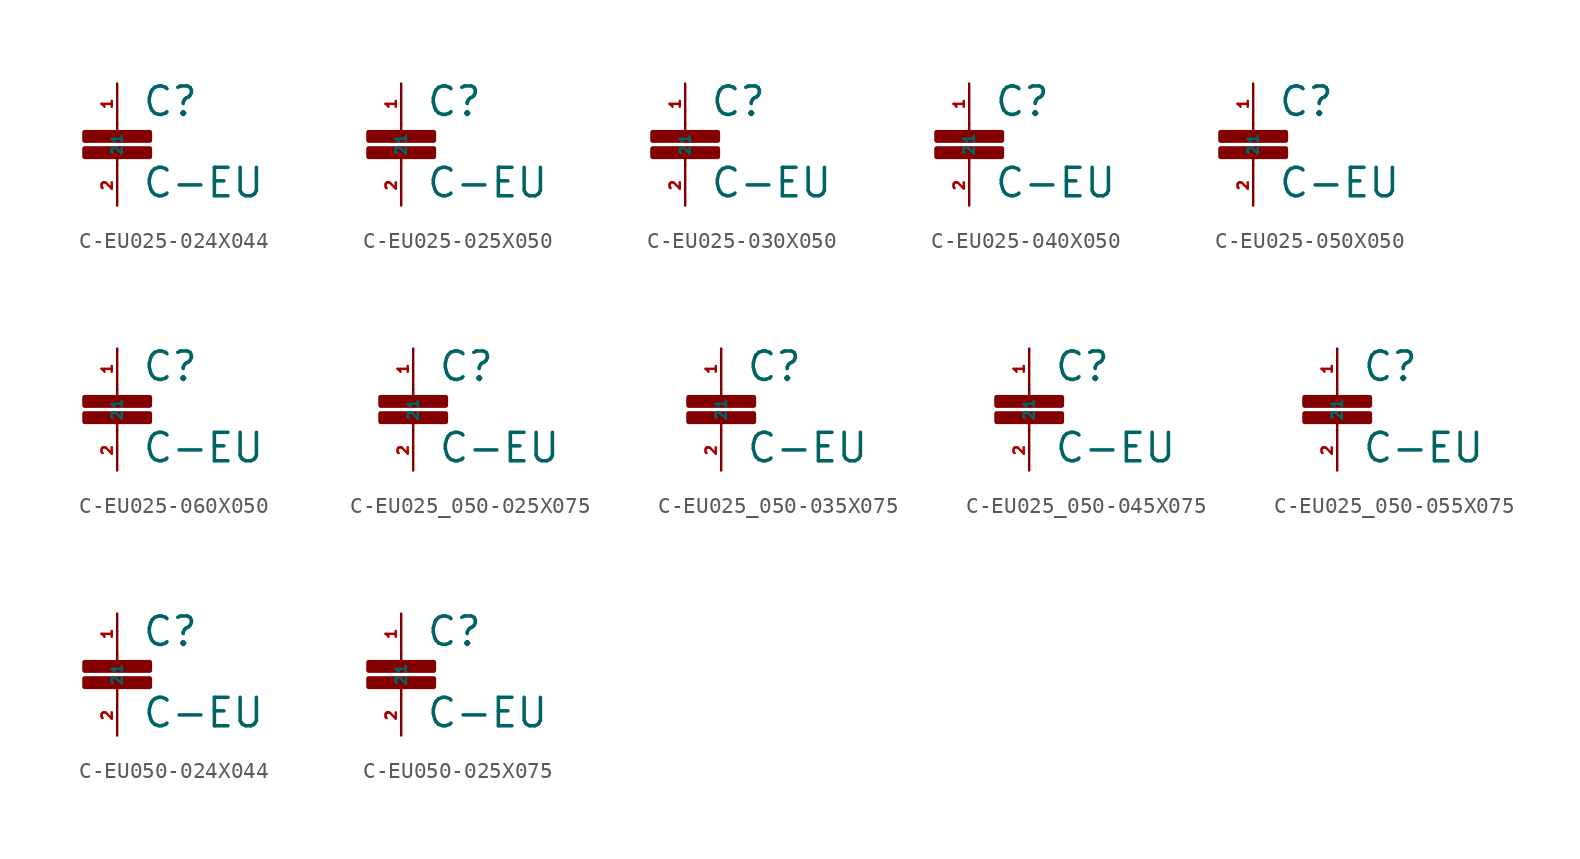
<source format=kicad_sym>
(kicad_symbol_lib
  (version 20220914)
  (generator Eagle2Kicad)
  (symbol "C-EU025-024X044"
    (property "Reference" "C"
      (at 1.524 0.381 0)
      (effects (font (size 1.778 1.778) (thickness 0.22)) (justify left bottom)))
    (property "Value" "C-EU"
      (at 1.524 -4.699 0)
      (effects (font (size 1.778 1.778) (thickness 0.22)) (justify left bottom)))
    (polyline
      (pts (xy 0 0) (xy 0 -0.508))
      (stroke (width 0.152) (type default))
      (fill (type none)))
    (polyline
      (pts (xy 0 -2.54) (xy 0 -2.032))
      (stroke (width 0.152) (type default))
      (fill (type none)))
    (rectangle
      (start -2.032 -2.032)
      (end 2.032 -1.524)
      (stroke (width 0.3) (type default))
      (fill (type outline)))
    (rectangle
      (start -2.032 -1.016)
      (end 2.032 -0.508)
      (stroke (width 0.3) (type default))
      (fill (type outline)))
    (pin passive line
      (at 0 2.54 270)
      (length 2.54)
      (name "1" (effects (font (size 0.635 0.635) (thickness 0.08)) (justify left bottom)))
      (number "1" (effects (font (size 0.635 0.635) (thickness 0.08)) (justify left bottom))))
    (pin passive line
      (at 0 -5.08 90)
      (length 2.54)
      (name "2" (effects (font (size 0.635 0.635) (thickness 0.08)) (justify left bottom)))
      (number "2" (effects (font (size 0.635 0.635) (thickness 0.08)) (justify left bottom)))))
  (symbol "C-EU025-025X050"
    (property "Reference" "C"
      (at 1.524 0.381 0)
      (effects (font (size 1.778 1.778) (thickness 0.22)) (justify left bottom)))
    (property "Value" "C-EU"
      (at 1.524 -4.699 0)
      (effects (font (size 1.778 1.778) (thickness 0.22)) (justify left bottom)))
    (polyline
      (pts (xy 0 0) (xy 0 -0.508))
      (stroke (width 0.152) (type default))
      (fill (type none)))
    (polyline
      (pts (xy 0 -2.54) (xy 0 -2.032))
      (stroke (width 0.152) (type default))
      (fill (type none)))
    (rectangle
      (start -2.032 -2.032)
      (end 2.032 -1.524)
      (stroke (width 0.3) (type default))
      (fill (type outline)))
    (rectangle
      (start -2.032 -1.016)
      (end 2.032 -0.508)
      (stroke (width 0.3) (type default))
      (fill (type outline)))
    (pin passive line
      (at 0 2.54 270)
      (length 2.54)
      (name "1" (effects (font (size 0.635 0.635) (thickness 0.08)) (justify left bottom)))
      (number "1" (effects (font (size 0.635 0.635) (thickness 0.08)) (justify left bottom))))
    (pin passive line
      (at 0 -5.08 90)
      (length 2.54)
      (name "2" (effects (font (size 0.635 0.635) (thickness 0.08)) (justify left bottom)))
      (number "2" (effects (font (size 0.635 0.635) (thickness 0.08)) (justify left bottom)))))
  (symbol "C-EU025-030X050"
    (property "Reference" "C"
      (at 1.524 0.381 0)
      (effects (font (size 1.778 1.778) (thickness 0.22)) (justify left bottom)))
    (property "Value" "C-EU"
      (at 1.524 -4.699 0)
      (effects (font (size 1.778 1.778) (thickness 0.22)) (justify left bottom)))
    (polyline
      (pts (xy 0 0) (xy 0 -0.508))
      (stroke (width 0.152) (type default))
      (fill (type none)))
    (polyline
      (pts (xy 0 -2.54) (xy 0 -2.032))
      (stroke (width 0.152) (type default))
      (fill (type none)))
    (rectangle
      (start -2.032 -2.032)
      (end 2.032 -1.524)
      (stroke (width 0.3) (type default))
      (fill (type outline)))
    (rectangle
      (start -2.032 -1.016)
      (end 2.032 -0.508)
      (stroke (width 0.3) (type default))
      (fill (type outline)))
    (pin passive line
      (at 0 2.54 270)
      (length 2.54)
      (name "1" (effects (font (size 0.635 0.635) (thickness 0.08)) (justify left bottom)))
      (number "1" (effects (font (size 0.635 0.635) (thickness 0.08)) (justify left bottom))))
    (pin passive line
      (at 0 -5.08 90)
      (length 2.54)
      (name "2" (effects (font (size 0.635 0.635) (thickness 0.08)) (justify left bottom)))
      (number "2" (effects (font (size 0.635 0.635) (thickness 0.08)) (justify left bottom)))))
  (symbol "C-EU025-040X050"
    (property "Reference" "C"
      (at 1.524 0.381 0)
      (effects (font (size 1.778 1.778) (thickness 0.22)) (justify left bottom)))
    (property "Value" "C-EU"
      (at 1.524 -4.699 0)
      (effects (font (size 1.778 1.778) (thickness 0.22)) (justify left bottom)))
    (polyline
      (pts (xy 0 0) (xy 0 -0.508))
      (stroke (width 0.152) (type default))
      (fill (type none)))
    (polyline
      (pts (xy 0 -2.54) (xy 0 -2.032))
      (stroke (width 0.152) (type default))
      (fill (type none)))
    (rectangle
      (start -2.032 -2.032)
      (end 2.032 -1.524)
      (stroke (width 0.3) (type default))
      (fill (type outline)))
    (rectangle
      (start -2.032 -1.016)
      (end 2.032 -0.508)
      (stroke (width 0.3) (type default))
      (fill (type outline)))
    (pin passive line
      (at 0 2.54 270)
      (length 2.54)
      (name "1" (effects (font (size 0.635 0.635) (thickness 0.08)) (justify left bottom)))
      (number "1" (effects (font (size 0.635 0.635) (thickness 0.08)) (justify left bottom))))
    (pin passive line
      (at 0 -5.08 90)
      (length 2.54)
      (name "2" (effects (font (size 0.635 0.635) (thickness 0.08)) (justify left bottom)))
      (number "2" (effects (font (size 0.635 0.635) (thickness 0.08)) (justify left bottom)))))
  (symbol "C-EU025-050X050"
    (property "Reference" "C"
      (at 1.524 0.381 0)
      (effects (font (size 1.778 1.778) (thickness 0.22)) (justify left bottom)))
    (property "Value" "C-EU"
      (at 1.524 -4.699 0)
      (effects (font (size 1.778 1.778) (thickness 0.22)) (justify left bottom)))
    (polyline
      (pts (xy 0 0) (xy 0 -0.508))
      (stroke (width 0.152) (type default))
      (fill (type none)))
    (polyline
      (pts (xy 0 -2.54) (xy 0 -2.032))
      (stroke (width 0.152) (type default))
      (fill (type none)))
    (rectangle
      (start -2.032 -2.032)
      (end 2.032 -1.524)
      (stroke (width 0.3) (type default))
      (fill (type outline)))
    (rectangle
      (start -2.032 -1.016)
      (end 2.032 -0.508)
      (stroke (width 0.3) (type default))
      (fill (type outline)))
    (pin passive line
      (at 0 2.54 270)
      (length 2.54)
      (name "1" (effects (font (size 0.635 0.635) (thickness 0.08)) (justify left bottom)))
      (number "1" (effects (font (size 0.635 0.635) (thickness 0.08)) (justify left bottom))))
    (pin passive line
      (at 0 -5.08 90)
      (length 2.54)
      (name "2" (effects (font (size 0.635 0.635) (thickness 0.08)) (justify left bottom)))
      (number "2" (effects (font (size 0.635 0.635) (thickness 0.08)) (justify left bottom)))))
  (symbol "C-EU025-060X050"
    (property "Reference" "C"
      (at 1.524 0.381 0)
      (effects (font (size 1.778 1.778) (thickness 0.22)) (justify left bottom)))
    (property "Value" "C-EU"
      (at 1.524 -4.699 0)
      (effects (font (size 1.778 1.778) (thickness 0.22)) (justify left bottom)))
    (polyline
      (pts (xy 0 0) (xy 0 -0.508))
      (stroke (width 0.152) (type default))
      (fill (type none)))
    (polyline
      (pts (xy 0 -2.54) (xy 0 -2.032))
      (stroke (width 0.152) (type default))
      (fill (type none)))
    (rectangle
      (start -2.032 -2.032)
      (end 2.032 -1.524)
      (stroke (width 0.3) (type default))
      (fill (type outline)))
    (rectangle
      (start -2.032 -1.016)
      (end 2.032 -0.508)
      (stroke (width 0.3) (type default))
      (fill (type outline)))
    (pin passive line
      (at 0 2.54 270)
      (length 2.54)
      (name "1" (effects (font (size 0.635 0.635) (thickness 0.08)) (justify left bottom)))
      (number "1" (effects (font (size 0.635 0.635) (thickness 0.08)) (justify left bottom))))
    (pin passive line
      (at 0 -5.08 90)
      (length 2.54)
      (name "2" (effects (font (size 0.635 0.635) (thickness 0.08)) (justify left bottom)))
      (number "2" (effects (font (size 0.635 0.635) (thickness 0.08)) (justify left bottom)))))
  (symbol "C-EU025_050-025X075"
    (property "Reference" "C"
      (at 1.524 0.381 0)
      (effects (font (size 1.778 1.778) (thickness 0.22)) (justify left bottom)))
    (property "Value" "C-EU"
      (at 1.524 -4.699 0)
      (effects (font (size 1.778 1.778) (thickness 0.22)) (justify left bottom)))
    (polyline
      (pts (xy 0 0) (xy 0 -0.508))
      (stroke (width 0.152) (type default))
      (fill (type none)))
    (polyline
      (pts (xy 0 -2.54) (xy 0 -2.032))
      (stroke (width 0.152) (type default))
      (fill (type none)))
    (rectangle
      (start -2.032 -2.032)
      (end 2.032 -1.524)
      (stroke (width 0.3) (type default))
      (fill (type outline)))
    (rectangle
      (start -2.032 -1.016)
      (end 2.032 -0.508)
      (stroke (width 0.3) (type default))
      (fill (type outline)))
    (pin passive line
      (at 0 2.54 270)
      (length 2.54)
      (name "1" (effects (font (size 0.635 0.635) (thickness 0.08)) (justify left bottom)))
      (number "1" (effects (font (size 0.635 0.635) (thickness 0.08)) (justify left bottom))))
    (pin passive line
      (at 0 -5.08 90)
      (length 2.54)
      (name "2" (effects (font (size 0.635 0.635) (thickness 0.08)) (justify left bottom)))
      (number "2" (effects (font (size 0.635 0.635) (thickness 0.08)) (justify left bottom)))))
  (symbol "C-EU025_050-035X075"
    (property "Reference" "C"
      (at 1.524 0.381 0)
      (effects (font (size 1.778 1.778) (thickness 0.22)) (justify left bottom)))
    (property "Value" "C-EU"
      (at 1.524 -4.699 0)
      (effects (font (size 1.778 1.778) (thickness 0.22)) (justify left bottom)))
    (polyline
      (pts (xy 0 0) (xy 0 -0.508))
      (stroke (width 0.152) (type default))
      (fill (type none)))
    (polyline
      (pts (xy 0 -2.54) (xy 0 -2.032))
      (stroke (width 0.152) (type default))
      (fill (type none)))
    (rectangle
      (start -2.032 -2.032)
      (end 2.032 -1.524)
      (stroke (width 0.3) (type default))
      (fill (type outline)))
    (rectangle
      (start -2.032 -1.016)
      (end 2.032 -0.508)
      (stroke (width 0.3) (type default))
      (fill (type outline)))
    (pin passive line
      (at 0 2.54 270)
      (length 2.54)
      (name "1" (effects (font (size 0.635 0.635) (thickness 0.08)) (justify left bottom)))
      (number "1" (effects (font (size 0.635 0.635) (thickness 0.08)) (justify left bottom))))
    (pin passive line
      (at 0 -5.08 90)
      (length 2.54)
      (name "2" (effects (font (size 0.635 0.635) (thickness 0.08)) (justify left bottom)))
      (number "2" (effects (font (size 0.635 0.635) (thickness 0.08)) (justify left bottom)))))
  (symbol "C-EU025_050-045X075"
    (property "Reference" "C"
      (at 1.524 0.381 0)
      (effects (font (size 1.778 1.778) (thickness 0.22)) (justify left bottom)))
    (property "Value" "C-EU"
      (at 1.524 -4.699 0)
      (effects (font (size 1.778 1.778) (thickness 0.22)) (justify left bottom)))
    (polyline
      (pts (xy 0 0) (xy 0 -0.508))
      (stroke (width 0.152) (type default))
      (fill (type none)))
    (polyline
      (pts (xy 0 -2.54) (xy 0 -2.032))
      (stroke (width 0.152) (type default))
      (fill (type none)))
    (rectangle
      (start -2.032 -2.032)
      (end 2.032 -1.524)
      (stroke (width 0.3) (type default))
      (fill (type outline)))
    (rectangle
      (start -2.032 -1.016)
      (end 2.032 -0.508)
      (stroke (width 0.3) (type default))
      (fill (type outline)))
    (pin passive line
      (at 0 2.54 270)
      (length 2.54)
      (name "1" (effects (font (size 0.635 0.635) (thickness 0.08)) (justify left bottom)))
      (number "1" (effects (font (size 0.635 0.635) (thickness 0.08)) (justify left bottom))))
    (pin passive line
      (at 0 -5.08 90)
      (length 2.54)
      (name "2" (effects (font (size 0.635 0.635) (thickness 0.08)) (justify left bottom)))
      (number "2" (effects (font (size 0.635 0.635) (thickness 0.08)) (justify left bottom)))))
  (symbol "C-EU025_050-055X075"
    (property "Reference" "C"
      (at 1.524 0.381 0)
      (effects (font (size 1.778 1.778) (thickness 0.22)) (justify left bottom)))
    (property "Value" "C-EU"
      (at 1.524 -4.699 0)
      (effects (font (size 1.778 1.778) (thickness 0.22)) (justify left bottom)))
    (polyline
      (pts (xy 0 0) (xy 0 -0.508))
      (stroke (width 0.152) (type default))
      (fill (type none)))
    (polyline
      (pts (xy 0 -2.54) (xy 0 -2.032))
      (stroke (width 0.152) (type default))
      (fill (type none)))
    (rectangle
      (start -2.032 -2.032)
      (end 2.032 -1.524)
      (stroke (width 0.3) (type default))
      (fill (type outline)))
    (rectangle
      (start -2.032 -1.016)
      (end 2.032 -0.508)
      (stroke (width 0.3) (type default))
      (fill (type outline)))
    (pin passive line
      (at 0 2.54 270)
      (length 2.54)
      (name "1" (effects (font (size 0.635 0.635) (thickness 0.08)) (justify left bottom)))
      (number "1" (effects (font (size 0.635 0.635) (thickness 0.08)) (justify left bottom))))
    (pin passive line
      (at 0 -5.08 90)
      (length 2.54)
      (name "2" (effects (font (size 0.635 0.635) (thickness 0.08)) (justify left bottom)))
      (number "2" (effects (font (size 0.635 0.635) (thickness 0.08)) (justify left bottom)))))
  (symbol "C-EU050-024X044"
    (property "Reference" "C"
      (at 1.524 0.381 0)
      (effects (font (size 1.778 1.778) (thickness 0.22)) (justify left bottom)))
    (property "Value" "C-EU"
      (at 1.524 -4.699 0)
      (effects (font (size 1.778 1.778) (thickness 0.22)) (justify left bottom)))
    (polyline
      (pts (xy 0 0) (xy 0 -0.508))
      (stroke (width 0.152) (type default))
      (fill (type none)))
    (polyline
      (pts (xy 0 -2.54) (xy 0 -2.032))
      (stroke (width 0.152) (type default))
      (fill (type none)))
    (rectangle
      (start -2.032 -2.032)
      (end 2.032 -1.524)
      (stroke (width 0.3) (type default))
      (fill (type outline)))
    (rectangle
      (start -2.032 -1.016)
      (end 2.032 -0.508)
      (stroke (width 0.3) (type default))
      (fill (type outline)))
    (pin passive line
      (at 0 2.54 270)
      (length 2.54)
      (name "1" (effects (font (size 0.635 0.635) (thickness 0.08)) (justify left bottom)))
      (number "1" (effects (font (size 0.635 0.635) (thickness 0.08)) (justify left bottom))))
    (pin passive line
      (at 0 -5.08 90)
      (length 2.54)
      (name "2" (effects (font (size 0.635 0.635) (thickness 0.08)) (justify left bottom)))
      (number "2" (effects (font (size 0.635 0.635) (thickness 0.08)) (justify left bottom)))))
  (symbol "C-EU050-025X075"
    (property "Reference" "C"
      (at 1.524 0.381 0)
      (effects (font (size 1.778 1.778) (thickness 0.22)) (justify left bottom)))
    (property "Value" "C-EU"
      (at 1.524 -4.699 0)
      (effects (font (size 1.778 1.778) (thickness 0.22)) (justify left bottom)))
    (polyline
      (pts (xy 0 0) (xy 0 -0.508))
      (stroke (width 0.152) (type default))
      (fill (type none)))
    (polyline
      (pts (xy 0 -2.54) (xy 0 -2.032))
      (stroke (width 0.152) (type default))
      (fill (type none)))
    (rectangle
      (start -2.032 -2.032)
      (end 2.032 -1.524)
      (stroke (width 0.3) (type default))
      (fill (type outline)))
    (rectangle
      (start -2.032 -1.016)
      (end 2.032 -0.508)
      (stroke (width 0.3) (type default))
      (fill (type outline)))
    (pin passive line
      (at 0 2.54 270)
      (length 2.54)
      (name "1" (effects (font (size 0.635 0.635) (thickness 0.08)) (justify left bottom)))
      (number "1" (effects (font (size 0.635 0.635) (thickness 0.08)) (justify left bottom))))
    (pin passive line
      (at 0 -5.08 90)
      (length 2.54)
      (name "2" (effects (font (size 0.635 0.635) (thickness 0.08)) (justify left bottom)))
      (number "2" (effects (font (size 0.635 0.635) (thickness 0.08)) (justify left bottom))))))
</source>
